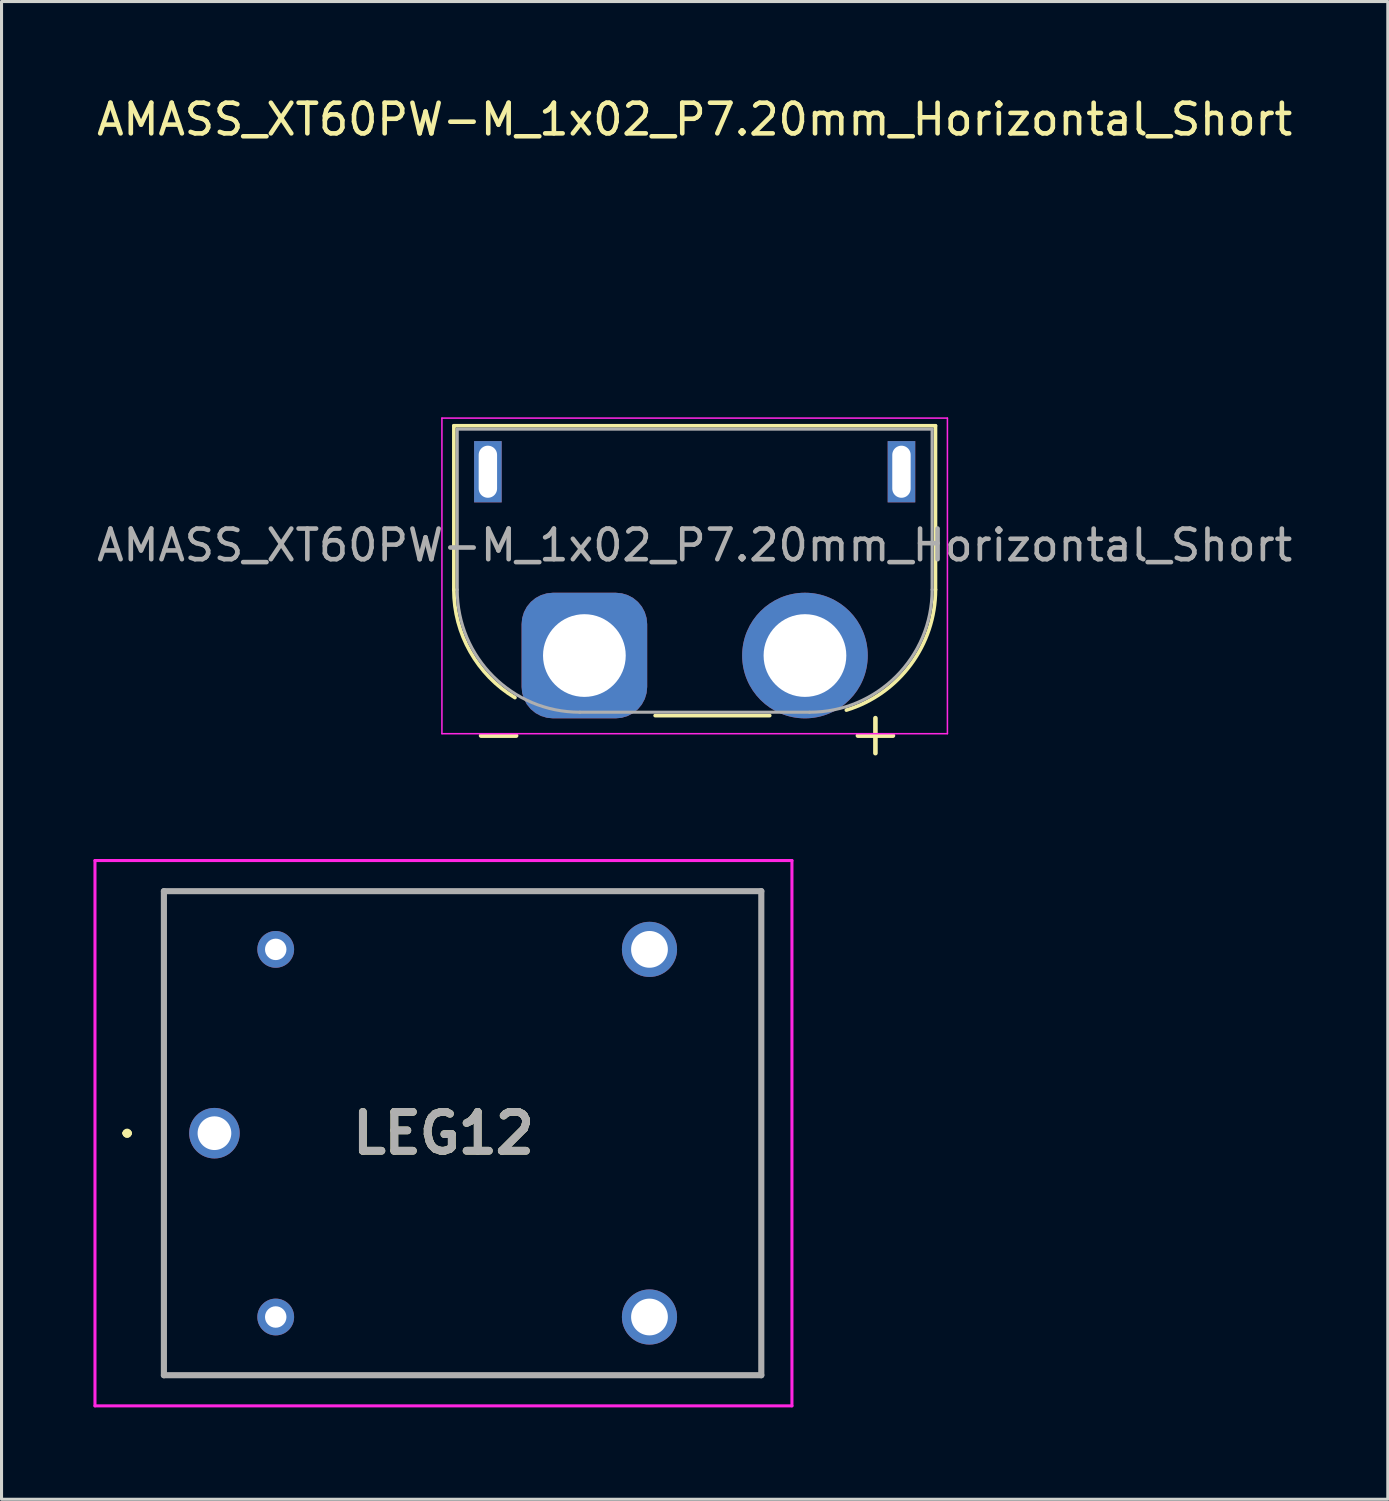
<source format=kicad_pcb>
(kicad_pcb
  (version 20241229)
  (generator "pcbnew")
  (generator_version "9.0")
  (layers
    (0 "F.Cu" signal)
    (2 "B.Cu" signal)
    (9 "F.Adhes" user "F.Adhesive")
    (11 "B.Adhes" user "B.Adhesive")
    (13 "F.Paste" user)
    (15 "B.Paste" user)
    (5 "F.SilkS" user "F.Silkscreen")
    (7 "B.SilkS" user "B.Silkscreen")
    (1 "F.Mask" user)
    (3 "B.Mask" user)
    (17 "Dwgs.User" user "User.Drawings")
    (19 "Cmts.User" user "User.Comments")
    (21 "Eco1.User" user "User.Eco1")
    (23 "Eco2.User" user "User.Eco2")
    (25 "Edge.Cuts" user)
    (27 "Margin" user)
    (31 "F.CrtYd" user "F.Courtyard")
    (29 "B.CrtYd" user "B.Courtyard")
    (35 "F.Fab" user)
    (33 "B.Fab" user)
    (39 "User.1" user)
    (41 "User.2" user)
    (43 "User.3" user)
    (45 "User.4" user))
  (footprint "AMASS_XT60PW-M_1x02_P7.20mm_Horizontal_Short"
    (layer "F.Cu")
    (at 16.025 18.348)
    (property "Reference" "AMASS_XT60PW-M_1x02_P7.20mm_Horizontal_Short" (at 3.6 -17.5 0) (layer "F.SilkS") (effects (font (size 1 1) (thickness 0.15))))
    (attr through_hole)
    (fp_line (start -4.26 -7.5) (end -4.26 -2.15) (stroke (width 0.12) (type solid)) (layer "F.SilkS"))
    (fp_line (start -4.26 -7.5) (end 11.46 -7.5) (stroke (width 0.12) (type solid)) (layer "F.SilkS"))
    (fp_line (start 2.31 1.96) (end 6.05 1.96) (stroke (width 0.12) (type solid)) (layer "F.SilkS"))
    (fp_line (start 11.46 -7.5) (end 11.46 -2.15) (stroke (width 0.12) (type solid)) (layer "F.SilkS"))
    (fp_arc (start -2.266806 1.372958) (mid -3.727162 -0.126139) (end -4.26 -2.15) (stroke (width 0.12) (type solid)) (layer "F.SilkS"))
    (fp_arc (start 11.46 -2.15) (mid 10.653852 0.294722) (end 8.551648 1.780413) (stroke (width 0.12) (type solid)) (layer "F.SilkS"))
    (fp_line (start -4.65 -7.75) (end -4.65 2.55) (stroke (width 0.05) (type solid)) (layer "F.CrtYd"))
    (fp_line (start -4.65 -7.75) (end 11.85 -7.75) (stroke (width 0.05) (type solid)) (layer "F.CrtYd"))
    (fp_line (start 11.85 -7.75) (end 11.85 2.55) (stroke (width 0.05) (type solid)) (layer "F.CrtYd"))
    (fp_line (start 11.85 2.55) (end -4.65 2.55) (stroke (width 0.05) (type solid)) (layer "F.CrtYd"))
    (fp_line (start -4.15 -7.39) (end -4.15 -2.15) (stroke (width 0.1) (type solid)) (layer "F.Fab"))
    (fp_line (start -4.15 -7.39) (end 11.35 -7.39) (stroke (width 0.1) (type solid)) (layer "F.Fab"))
    (fp_line (start -0.15 1.85) (end 7.35 1.85) (stroke (width 0.1) (type solid)) (layer "F.Fab"))
    (fp_line (start 11.35 -7.39) (end 11.35 -2.15) (stroke (width 0.1) (type solid)) (layer "F.Fab"))
    (fp_arc (start -0.15 1.85) (mid -2.978427 0.678427) (end -4.15 -2.15) (stroke (width 0.1) (type solid)) (layer "F.Fab"))
    (fp_arc (start 11.35 -2.15) (mid 10.178427 0.678427) (end 7.35 1.85) (stroke (width 0.1) (type solid)) (layer "F.Fab"))
    (fp_text user "-" (at -2.8 2.5 0) (layer "F.SilkS") (effects (font (size 1.5 1.5) (thickness 0.15))))
    (fp_text user "+" (at 9.5 2.5 0) (layer "F.SilkS") (effects (font (size 1.5 1.5) (thickness 0.15))))
    (fp_text user "${REFERENCE}" (at 3.6 -3.6 0) (layer "F.Fab") (effects (font (size 1 1) (thickness 0.15))))
    (pad "" thru_hole rect (at -3.15 -6) (size 0.9 2) (drill oval 0.6 1.7) (layers "*.Cu" "*.Mask"))
    (pad "" thru_hole rect (at 10.35 -6) (size 0.9 2) (drill oval 0.6 1.7) (layers "*.Cu" "*.Mask"))
    (pad "1" thru_hole roundrect (at 0 0) (size 4.1 4.1) (drill 2.7) (layers "*.Cu" "*.Mask") (roundrect_rratio 0.25))
    (pad "2" thru_hole circle (at 7.2 0) (size 4.1 4.1) (drill 2.7) (layers "*.Cu" "*.Mask")))
  (footprint "LEG12"
    (layer "F.Cu")
    (at 3.95 33.939)
    (property "Reference" "LEG12" (at 7.475 0 0) (layer "F.SilkS") (effects (font (size 1.27 1.27) (thickness 0.254))))
    (attr through_hole)
    (fp_line (start -2.9 0) (end -2.9 0) (stroke (width 0.2) (type solid)) (layer "F.SilkS"))
    (fp_line (start -2.9 0) (end -2.9 0) (stroke (width 0.2) (type solid)) (layer "F.SilkS"))
    (fp_line (start -2.8 0) (end -2.8 0) (stroke (width 0.2) (type solid)) (layer "F.SilkS"))
    (fp_line (start -1.65 -7.9) (end 17.85 -7.9) (stroke (width 0.1) (type solid)) (layer "F.SilkS"))
    (fp_line (start -1.65 7.9) (end -1.65 -7.9) (stroke (width 0.1) (type solid)) (layer "F.SilkS"))
    (fp_line (start 17.85 -7.9) (end 17.85 7.9) (stroke (width 0.1) (type solid)) (layer "F.SilkS"))
    (fp_line (start 17.85 7.9) (end -1.65 7.9) (stroke (width 0.1) (type solid)) (layer "F.SilkS"))
    (fp_arc (start -2.9 0) (mid -2.85 -0.05) (end -2.8 0) (stroke (width 0.2) (type solid)) (layer "F.SilkS"))
    (fp_arc (start -2.8 0) (mid -2.85 0.05) (end -2.9 0) (stroke (width 0.2) (type solid)) (layer "F.SilkS"))
    (fp_arc (start -2.8 0) (mid -2.85 0.05) (end -2.9 0) (stroke (width 0.2) (type solid)) (layer "F.SilkS"))
    (fp_line (start -3.9 -8.9) (end 18.85 -8.9) (stroke (width 0.1) (type solid)) (layer "F.CrtYd"))
    (fp_line (start -3.9 8.9) (end -3.9 -8.9) (stroke (width 0.1) (type solid)) (layer "F.CrtYd"))
    (fp_line (start 18.85 -8.9) (end 18.85 8.9) (stroke (width 0.1) (type solid)) (layer "F.CrtYd"))
    (fp_line (start 18.85 8.9) (end -3.9 8.9) (stroke (width 0.1) (type solid)) (layer "F.CrtYd"))
    (fp_line (start -1.65 -7.9) (end 17.85 -7.9) (stroke (width 0.2) (type solid)) (layer "F.Fab"))
    (fp_line (start -1.65 7.9) (end -1.65 -7.9) (stroke (width 0.2) (type solid)) (layer "F.Fab"))
    (fp_line (start 17.85 -7.9) (end 17.85 7.9) (stroke (width 0.2) (type solid)) (layer "F.Fab"))
    (fp_line (start 17.85 7.9) (end -1.65 7.9) (stroke (width 0.2) (type solid)) (layer "F.Fab"))
    (fp_text user "${REFERENCE}" (at 7.475 0 0) (layer "F.Fab") (effects (font (size 1.27 1.27) (thickness 0.254))))
    (pad "A1" thru_hole circle (at 2 -6) (size 1.2 1.2) (drill 0.7) (layers "*.Cu" "*.Mask"))
    (pad "A2" thru_hole circle (at 2 6) (size 1.2 1.2) (drill 0.7) (layers "*.Cu" "*.Mask"))
    (pad "COM" thru_hole circle (at 0 0) (size 1.65 1.65) (drill 1.1) (layers "*.Cu" "*.Mask"))
    (pad "NC" thru_hole circle (at 14.2 6) (size 1.8 1.8) (drill 1.2) (layers "*.Cu" "*.Mask"))
    (pad "NO" thru_hole circle (at 14.2 -6) (size 1.8 1.8) (drill 1.2) (layers "*.Cu" "*.Mask")))
  (gr_rect
    (start -3 -3)
    (end 42.25 45.889)
    (stroke (width 0.1) (type default))
    (fill no)
    (layer "Edge.Cuts")))
</source>
